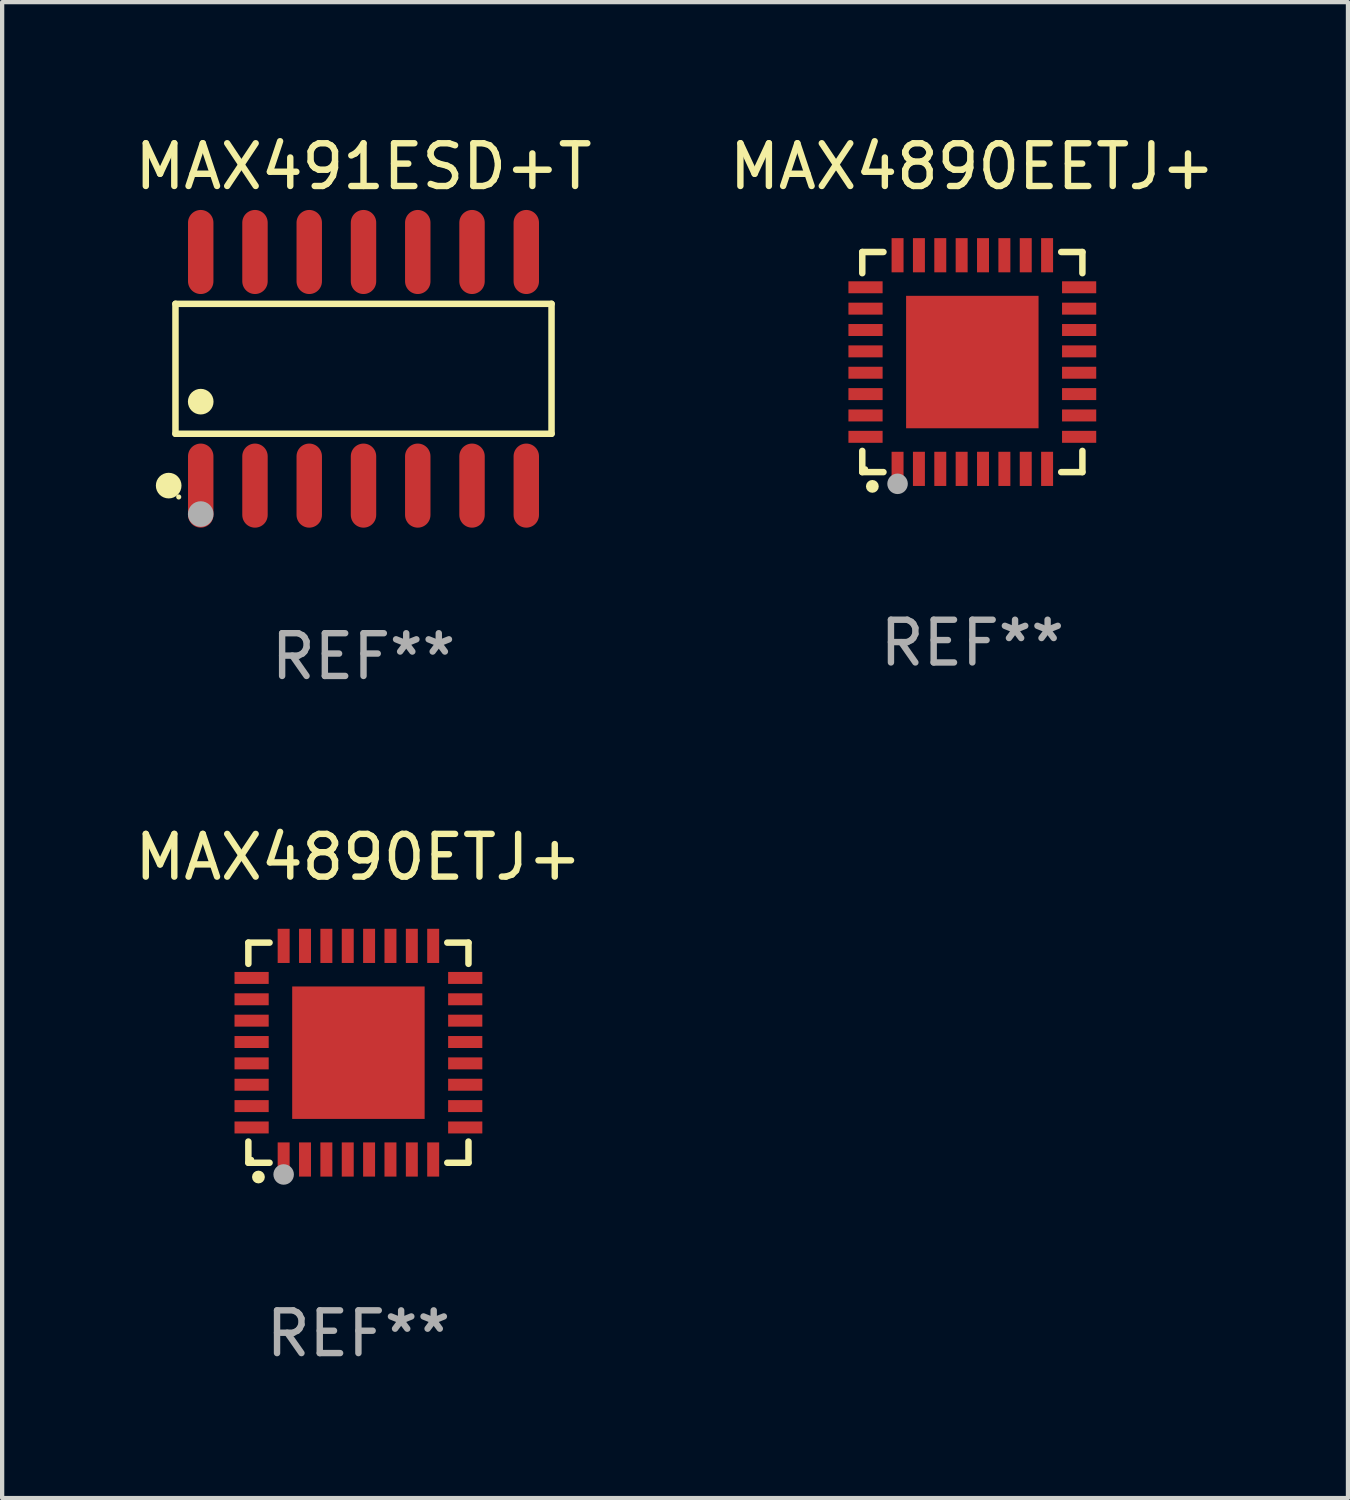
<source format=kicad_pcb>
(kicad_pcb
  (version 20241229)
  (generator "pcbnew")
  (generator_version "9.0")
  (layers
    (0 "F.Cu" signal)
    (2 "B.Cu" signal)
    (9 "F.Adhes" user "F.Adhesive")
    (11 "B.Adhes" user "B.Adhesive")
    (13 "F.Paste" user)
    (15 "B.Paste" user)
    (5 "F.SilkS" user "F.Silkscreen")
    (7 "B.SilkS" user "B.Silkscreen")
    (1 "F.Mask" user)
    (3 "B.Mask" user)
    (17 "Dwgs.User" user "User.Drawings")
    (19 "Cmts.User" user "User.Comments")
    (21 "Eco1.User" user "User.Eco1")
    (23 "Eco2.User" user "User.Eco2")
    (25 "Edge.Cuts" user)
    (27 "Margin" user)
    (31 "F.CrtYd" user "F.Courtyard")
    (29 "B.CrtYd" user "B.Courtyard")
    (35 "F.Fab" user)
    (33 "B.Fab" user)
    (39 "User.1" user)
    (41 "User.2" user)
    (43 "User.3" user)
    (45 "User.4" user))
  (footprint "MAX491ESD+T"
    (layer "F.Cu")
    (at 5.458 5.582)
    (property "Reference" "MAX491ESD+T" (at 0 -4.734 0) (layer "F.SilkS") (effects (font (size 1 1) (thickness 0.15))))
    (attr through_hole)
    (fp_line (start -4.401 -1.521) (end 4.401 -1.521) (stroke (width 0.152) (type solid)) (layer "F.SilkS"))
    (fp_line (start -4.401 1.521) (end -4.401 -1.521) (stroke (width 0.152) (type solid)) (layer "F.SilkS"))
    (fp_line (start 4.401 -1.521) (end 4.401 1.521) (stroke (width 0.152) (type solid)) (layer "F.SilkS"))
    (fp_line (start 4.401 1.521) (end -4.401 1.521) (stroke (width 0.152) (type solid)) (layer "F.SilkS"))
    (fp_circle (center -4.56 2.734) (end -4.41 2.734) (stroke (width 0.3) (type solid)) (fill no) (layer "F.SilkS"))
    (fp_circle (center -4.325 3) (end -4.295 3) (stroke (width 0.06) (type solid)) (fill no) (layer "F.SilkS"))
    (fp_circle (center -3.81 0.769) (end -3.66 0.769) (stroke (width 0.3) (type solid)) (fill no) (layer "F.SilkS"))
    (fp_circle (center -3.81 3.4) (end -3.66 3.4) (stroke (width 0.3) (type solid)) (fill no) (layer "F.Fab"))
    (fp_text user "REF**" (at 0 6.734 0) (layer "F.Fab") (effects (font (size 1 1) (thickness 0.15))))
    (pad "1" smd oval (at -3.81 2.734) (size 0.595 1.968) (layers "F.Cu" "F.Mask" "F.Paste"))
    (pad "2" smd oval (at -2.54 2.734) (size 0.595 1.968) (layers "F.Cu" "F.Mask" "F.Paste"))
    (pad "3" smd oval (at -1.27 2.734) (size 0.595 1.968) (layers "F.Cu" "F.Mask" "F.Paste"))
    (pad "4" smd oval (at 0 2.734) (size 0.595 1.968) (layers "F.Cu" "F.Mask" "F.Paste"))
    (pad "5" smd oval (at 1.27 2.734) (size 0.595 1.968) (layers "F.Cu" "F.Mask" "F.Paste"))
    (pad "6" smd oval (at 2.54 2.734) (size 0.595 1.968) (layers "F.Cu" "F.Mask" "F.Paste"))
    (pad "7" smd oval (at 3.81 2.734) (size 0.595 1.968) (layers "F.Cu" "F.Mask" "F.Paste"))
    (pad "8" smd oval (at 3.81 -2.734) (size 0.595 1.968) (layers "F.Cu" "F.Mask" "F.Paste"))
    (pad "9" smd oval (at 2.54 -2.734) (size 0.595 1.968) (layers "F.Cu" "F.Mask" "F.Paste"))
    (pad "10" smd oval (at 1.27 -2.734) (size 0.595 1.968) (layers "F.Cu" "F.Mask" "F.Paste"))
    (pad "11" smd oval (at 0 -2.734) (size 0.595 1.968) (layers "F.Cu" "F.Mask" "F.Paste"))
    (pad "12" smd oval (at -1.27 -2.734) (size 0.595 1.968) (layers "F.Cu" "F.Mask" "F.Paste"))
    (pad "13" smd oval (at -2.54 -2.734) (size 0.595 1.968) (layers "F.Cu" "F.Mask" "F.Paste"))
    (pad "14" smd oval (at -3.81 -2.734) (size 0.595 1.968) (layers "F.Cu" "F.Mask" "F.Paste")))
  (footprint "MAX4890EETJ+"
    (layer "F.Cu")
    (at 19.708 5.424)
    (property "Reference" "MAX4890EETJ+" (at 0 -4.576 0) (layer "F.SilkS") (effects (font (size 1 1) (thickness 0.15))))
    (attr through_hole)
    (fp_line (start -2.576 -2.576) (end -2.08 -2.576) (stroke (width 0.152) (type solid)) (layer "F.SilkS"))
    (fp_line (start -2.576 -2.08) (end -2.576 -2.576) (stroke (width 0.152) (type solid)) (layer "F.SilkS"))
    (fp_line (start -2.576 2.08) (end -2.576 2.576) (stroke (width 0.152) (type solid)) (layer "F.SilkS"))
    (fp_line (start -2.576 2.576) (end -2.08 2.576) (stroke (width 0.152) (type solid)) (layer "F.SilkS"))
    (fp_line (start 2.576 -2.576) (end 2.08 -2.576) (stroke (width 0.152) (type solid)) (layer "F.SilkS"))
    (fp_line (start 2.576 -2.08) (end 2.576 -2.576) (stroke (width 0.152) (type solid)) (layer "F.SilkS"))
    (fp_line (start 2.576 2.08) (end 2.576 2.576) (stroke (width 0.152) (type solid)) (layer "F.SilkS"))
    (fp_line (start 2.576 2.576) (end 2.08 2.576) (stroke (width 0.152) (type solid)) (layer "F.SilkS"))
    (fp_circle (center -2.5 2.5) (end -2.47 2.5) (stroke (width 0.06) (type solid)) (fill no) (layer "F.SilkS"))
    (fp_circle (center -2.34 2.91) (end -2.265 2.91) (stroke (width 0.15) (type solid)) (fill no) (layer "F.SilkS"))
    (fp_circle (center -1.75 2.85) (end -1.63 2.85) (stroke (width 0.24) (type solid)) (fill no) (layer "F.Fab"))
    (fp_text user "REF**" (at 0 6.576 0) (layer "F.Fab") (effects (font (size 1 1) (thickness 0.15))))
    (pad "1" smd rect (at -1.75 2.5) (size 0.28 0.8) (layers "F.Cu" "F.Mask" "F.Paste"))
    (pad "2" smd rect (at -1.25 2.5) (size 0.28 0.8) (layers "F.Cu" "F.Mask" "F.Paste"))
    (pad "3" smd rect (at -0.75 2.5) (size 0.28 0.8) (layers "F.Cu" "F.Mask" "F.Paste"))
    (pad "4" smd rect (at -0.25 2.5) (size 0.28 0.8) (layers "F.Cu" "F.Mask" "F.Paste"))
    (pad "5" smd rect (at 0.25 2.5) (size 0.28 0.8) (layers "F.Cu" "F.Mask" "F.Paste"))
    (pad "6" smd rect (at 0.75 2.5) (size 0.28 0.8) (layers "F.Cu" "F.Mask" "F.Paste"))
    (pad "7" smd rect (at 1.25 2.5) (size 0.28 0.8) (layers "F.Cu" "F.Mask" "F.Paste"))
    (pad "8" smd rect (at 1.75 2.5) (size 0.28 0.8) (layers "F.Cu" "F.Mask" "F.Paste"))
    (pad "9" smd rect (at 2.5 1.75) (size 0.8 0.28) (layers "F.Cu" "F.Mask" "F.Paste"))
    (pad "10" smd rect (at 2.5 1.25) (size 0.8 0.28) (layers "F.Cu" "F.Mask" "F.Paste"))
    (pad "11" smd rect (at 2.5 0.75) (size 0.8 0.28) (layers "F.Cu" "F.Mask" "F.Paste"))
    (pad "12" smd rect (at 2.5 0.25) (size 0.8 0.28) (layers "F.Cu" "F.Mask" "F.Paste"))
    (pad "13" smd rect (at 2.5 -0.25) (size 0.8 0.28) (layers "F.Cu" "F.Mask" "F.Paste"))
    (pad "14" smd rect (at 2.5 -0.75) (size 0.8 0.28) (layers "F.Cu" "F.Mask" "F.Paste"))
    (pad "15" smd rect (at 2.5 -1.25) (size 0.8 0.28) (layers "F.Cu" "F.Mask" "F.Paste"))
    (pad "16" smd rect (at 2.5 -1.75) (size 0.8 0.28) (layers "F.Cu" "F.Mask" "F.Paste"))
    (pad "17" smd rect (at 1.75 -2.5) (size 0.28 0.8) (layers "F.Cu" "F.Mask" "F.Paste"))
    (pad "18" smd rect (at 1.25 -2.5) (size 0.28 0.8) (layers "F.Cu" "F.Mask" "F.Paste"))
    (pad "19" smd rect (at 0.75 -2.5) (size 0.28 0.8) (layers "F.Cu" "F.Mask" "F.Paste"))
    (pad "20" smd rect (at 0.25 -2.5) (size 0.28 0.8) (layers "F.Cu" "F.Mask" "F.Paste"))
    (pad "21" smd rect (at -0.25 -2.5) (size 0.28 0.8) (layers "F.Cu" "F.Mask" "F.Paste"))
    (pad "22" smd rect (at -0.75 -2.5) (size 0.28 0.8) (layers "F.Cu" "F.Mask" "F.Paste"))
    (pad "23" smd rect (at -1.25 -2.5) (size 0.28 0.8) (layers "F.Cu" "F.Mask" "F.Paste"))
    (pad "24" smd rect (at -1.75 -2.5) (size 0.28 0.8) (layers "F.Cu" "F.Mask" "F.Paste"))
    (pad "25" smd rect (at -2.5 -1.75) (size 0.8 0.28) (layers "F.Cu" "F.Mask" "F.Paste"))
    (pad "26" smd rect (at -2.5 -1.25) (size 0.8 0.28) (layers "F.Cu" "F.Mask" "F.Paste"))
    (pad "27" smd rect (at -2.5 -0.75) (size 0.8 0.28) (layers "F.Cu" "F.Mask" "F.Paste"))
    (pad "28" smd rect (at -2.5 -0.25) (size 0.8 0.28) (layers "F.Cu" "F.Mask" "F.Paste"))
    (pad "29" smd rect (at -2.5 0.25) (size 0.8 0.28) (layers "F.Cu" "F.Mask" "F.Paste"))
    (pad "30" smd rect (at -2.5 0.75) (size 0.8 0.28) (layers "F.Cu" "F.Mask" "F.Paste"))
    (pad "31" smd rect (at -2.5 1.25) (size 0.8 0.28) (layers "F.Cu" "F.Mask" "F.Paste"))
    (pad "32" smd rect (at -2.5 1.75) (size 0.8 0.28) (layers "F.Cu" "F.Mask" "F.Paste"))
    (pad "33" smd rect (at 0 0) (size 3.1 3.1) (layers "F.Cu" "F.Mask" "F.Paste")))
  (footprint "MAX4890ETJ+"
    (layer "F.Cu")
    (at 5.339 21.589)
    (property "Reference" "MAX4890ETJ+" (at 0 -4.576 0) (layer "F.SilkS") (effects (font (size 1 1) (thickness 0.15))))
    (attr through_hole)
    (fp_line (start -2.576 -2.576) (end -2.08 -2.576) (stroke (width 0.152) (type solid)) (layer "F.SilkS"))
    (fp_line (start -2.576 -2.08) (end -2.576 -2.576) (stroke (width 0.152) (type solid)) (layer "F.SilkS"))
    (fp_line (start -2.576 2.08) (end -2.576 2.576) (stroke (width 0.152) (type solid)) (layer "F.SilkS"))
    (fp_line (start -2.576 2.576) (end -2.08 2.576) (stroke (width 0.152) (type solid)) (layer "F.SilkS"))
    (fp_line (start 2.576 -2.576) (end 2.08 -2.576) (stroke (width 0.152) (type solid)) (layer "F.SilkS"))
    (fp_line (start 2.576 -2.08) (end 2.576 -2.576) (stroke (width 0.152) (type solid)) (layer "F.SilkS"))
    (fp_line (start 2.576 2.08) (end 2.576 2.576) (stroke (width 0.152) (type solid)) (layer "F.SilkS"))
    (fp_line (start 2.576 2.576) (end 2.08 2.576) (stroke (width 0.152) (type solid)) (layer "F.SilkS"))
    (fp_circle (center -2.5 2.5) (end -2.47 2.5) (stroke (width 0.06) (type solid)) (fill no) (layer "F.SilkS"))
    (fp_circle (center -2.34 2.91) (end -2.265 2.91) (stroke (width 0.15) (type solid)) (fill no) (layer "F.SilkS"))
    (fp_circle (center -1.75 2.85) (end -1.63 2.85) (stroke (width 0.24) (type solid)) (fill no) (layer "F.Fab"))
    (fp_text user "REF**" (at 0 6.576 0) (layer "F.Fab") (effects (font (size 1 1) (thickness 0.15))))
    (pad "1" smd rect (at -1.75 2.5) (size 0.28 0.8) (layers "F.Cu" "F.Mask" "F.Paste"))
    (pad "2" smd rect (at -1.25 2.5) (size 0.28 0.8) (layers "F.Cu" "F.Mask" "F.Paste"))
    (pad "3" smd rect (at -0.75 2.5) (size 0.28 0.8) (layers "F.Cu" "F.Mask" "F.Paste"))
    (pad "4" smd rect (at -0.25 2.5) (size 0.28 0.8) (layers "F.Cu" "F.Mask" "F.Paste"))
    (pad "5" smd rect (at 0.25 2.5) (size 0.28 0.8) (layers "F.Cu" "F.Mask" "F.Paste"))
    (pad "6" smd rect (at 0.75 2.5) (size 0.28 0.8) (layers "F.Cu" "F.Mask" "F.Paste"))
    (pad "7" smd rect (at 1.25 2.5) (size 0.28 0.8) (layers "F.Cu" "F.Mask" "F.Paste"))
    (pad "8" smd rect (at 1.75 2.5) (size 0.28 0.8) (layers "F.Cu" "F.Mask" "F.Paste"))
    (pad "9" smd rect (at 2.5 1.75) (size 0.8 0.28) (layers "F.Cu" "F.Mask" "F.Paste"))
    (pad "10" smd rect (at 2.5 1.25) (size 0.8 0.28) (layers "F.Cu" "F.Mask" "F.Paste"))
    (pad "11" smd rect (at 2.5 0.75) (size 0.8 0.28) (layers "F.Cu" "F.Mask" "F.Paste"))
    (pad "12" smd rect (at 2.5 0.25) (size 0.8 0.28) (layers "F.Cu" "F.Mask" "F.Paste"))
    (pad "13" smd rect (at 2.5 -0.25) (size 0.8 0.28) (layers "F.Cu" "F.Mask" "F.Paste"))
    (pad "14" smd rect (at 2.5 -0.75) (size 0.8 0.28) (layers "F.Cu" "F.Mask" "F.Paste"))
    (pad "15" smd rect (at 2.5 -1.25) (size 0.8 0.28) (layers "F.Cu" "F.Mask" "F.Paste"))
    (pad "16" smd rect (at 2.5 -1.75) (size 0.8 0.28) (layers "F.Cu" "F.Mask" "F.Paste"))
    (pad "17" smd rect (at 1.75 -2.5) (size 0.28 0.8) (layers "F.Cu" "F.Mask" "F.Paste"))
    (pad "18" smd rect (at 1.25 -2.5) (size 0.28 0.8) (layers "F.Cu" "F.Mask" "F.Paste"))
    (pad "19" smd rect (at 0.75 -2.5) (size 0.28 0.8) (layers "F.Cu" "F.Mask" "F.Paste"))
    (pad "20" smd rect (at 0.25 -2.5) (size 0.28 0.8) (layers "F.Cu" "F.Mask" "F.Paste"))
    (pad "21" smd rect (at -0.25 -2.5) (size 0.28 0.8) (layers "F.Cu" "F.Mask" "F.Paste"))
    (pad "22" smd rect (at -0.75 -2.5) (size 0.28 0.8) (layers "F.Cu" "F.Mask" "F.Paste"))
    (pad "23" smd rect (at -1.25 -2.5) (size 0.28 0.8) (layers "F.Cu" "F.Mask" "F.Paste"))
    (pad "24" smd rect (at -1.75 -2.5) (size 0.28 0.8) (layers "F.Cu" "F.Mask" "F.Paste"))
    (pad "25" smd rect (at -2.5 -1.75) (size 0.8 0.28) (layers "F.Cu" "F.Mask" "F.Paste"))
    (pad "26" smd rect (at -2.5 -1.25) (size 0.8 0.28) (layers "F.Cu" "F.Mask" "F.Paste"))
    (pad "27" smd rect (at -2.5 -0.75) (size 0.8 0.28) (layers "F.Cu" "F.Mask" "F.Paste"))
    (pad "28" smd rect (at -2.5 -0.25) (size 0.8 0.28) (layers "F.Cu" "F.Mask" "F.Paste"))
    (pad "29" smd rect (at -2.5 0.25) (size 0.8 0.28) (layers "F.Cu" "F.Mask" "F.Paste"))
    (pad "30" smd rect (at -2.5 0.75) (size 0.8 0.28) (layers "F.Cu" "F.Mask" "F.Paste"))
    (pad "31" smd rect (at -2.5 1.25) (size 0.8 0.28) (layers "F.Cu" "F.Mask" "F.Paste"))
    (pad "32" smd rect (at -2.5 1.75) (size 0.8 0.28) (layers "F.Cu" "F.Mask" "F.Paste"))
    (pad "33" smd rect (at 0 0) (size 3.1 3.1) (layers "F.Cu" "F.Mask" "F.Paste")))
  (gr_rect
    (start -3 -3)
    (end 28.5 32.013)
    (stroke (width 0.1) (type default))
    (fill no)
    (layer "Edge.Cuts")))
</source>
